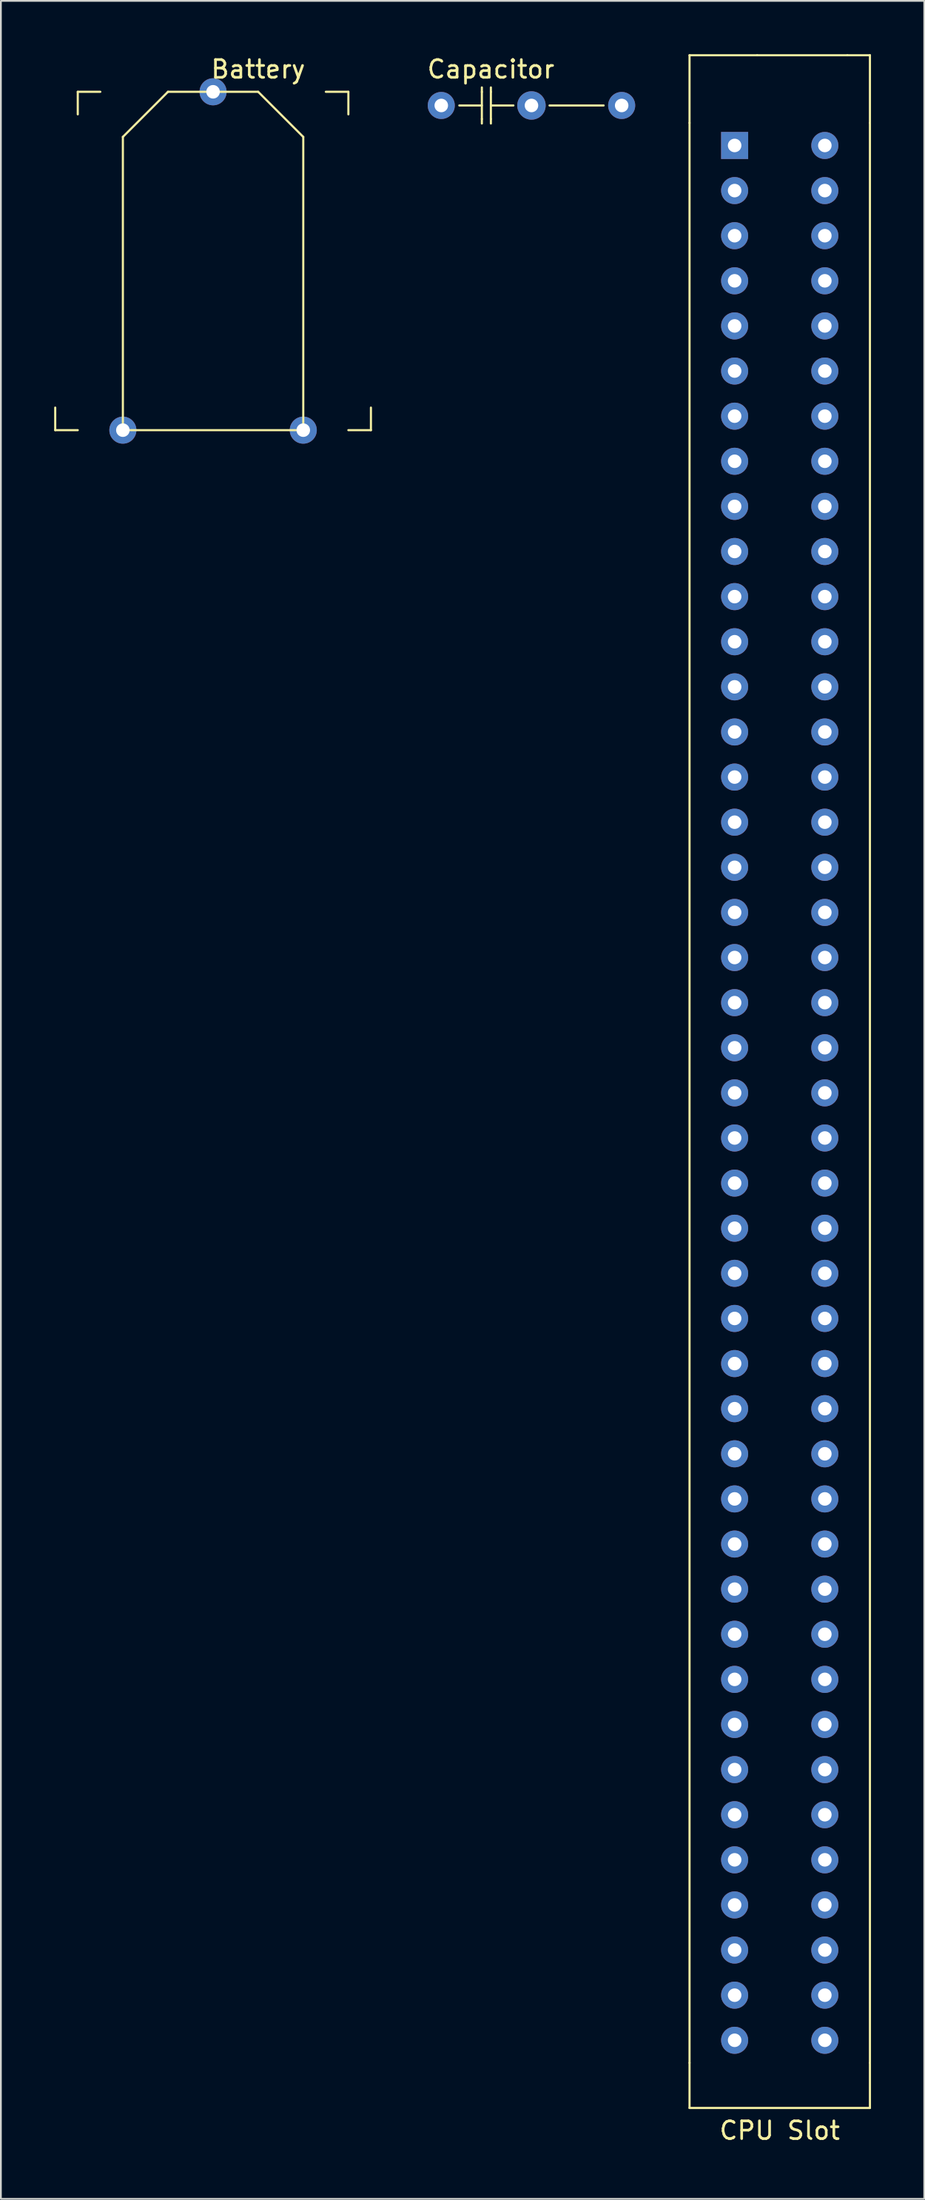
<source format=kicad_pcb>
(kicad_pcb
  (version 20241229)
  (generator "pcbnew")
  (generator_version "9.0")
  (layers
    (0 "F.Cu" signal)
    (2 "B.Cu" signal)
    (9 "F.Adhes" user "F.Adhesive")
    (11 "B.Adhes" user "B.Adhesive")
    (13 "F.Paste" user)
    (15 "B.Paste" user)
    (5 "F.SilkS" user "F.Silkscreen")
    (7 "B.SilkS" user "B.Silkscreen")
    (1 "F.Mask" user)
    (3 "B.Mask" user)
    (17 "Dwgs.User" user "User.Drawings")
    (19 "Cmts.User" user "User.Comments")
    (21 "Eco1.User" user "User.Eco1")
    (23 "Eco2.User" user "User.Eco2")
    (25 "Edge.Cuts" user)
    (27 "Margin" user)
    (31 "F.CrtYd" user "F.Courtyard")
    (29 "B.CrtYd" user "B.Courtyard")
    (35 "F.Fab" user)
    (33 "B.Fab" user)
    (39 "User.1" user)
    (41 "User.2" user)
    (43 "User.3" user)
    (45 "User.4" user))
  (footprint "Battery"
    (layer "F.Cu")
    (at 8.95 8.468)
    (property "Reference" "Battery" (at 2.54 -7.62 0) (layer "F.SilkS") (effects (font (size 1 1) (thickness 0.15))))
    (attr through_hole)
    (fp_line (start -8.89 11.43) (end -8.89 12.7) (stroke (width 0.12) (type solid)) (layer "F.SilkS"))
    (fp_line (start -8.89 12.7) (end -7.62 12.7) (stroke (width 0.12) (type solid)) (layer "F.SilkS"))
    (fp_line (start -7.62 -6.35) (end -6.35 -6.35) (stroke (width 0.12) (type solid)) (layer "F.SilkS"))
    (fp_line (start -7.62 -5.08) (end -7.62 -6.35) (stroke (width 0.12) (type solid)) (layer "F.SilkS"))
    (fp_line (start -5.08 -3.81) (end -2.54 -6.35) (stroke (width 0.12) (type solid)) (layer "F.SilkS"))
    (fp_line (start -5.08 12.7) (end -5.08 -3.81) (stroke (width 0.12) (type solid)) (layer "F.SilkS"))
    (fp_line (start -2.54 -6.35) (end 2.54 -6.35) (stroke (width 0.12) (type solid)) (layer "F.SilkS"))
    (fp_line (start 2.54 -6.35) (end 5.08 -3.81) (stroke (width 0.12) (type solid)) (layer "F.SilkS"))
    (fp_line (start 5.08 -3.81) (end 5.08 12.7) (stroke (width 0.12) (type solid)) (layer "F.SilkS"))
    (fp_line (start 5.08 12.7) (end -5.08 12.7) (stroke (width 0.12) (type solid)) (layer "F.SilkS"))
    (fp_line (start 6.35 -6.35) (end 7.62 -6.35) (stroke (width 0.12) (type solid)) (layer "F.SilkS"))
    (fp_line (start 7.62 -6.35) (end 7.62 -5.08) (stroke (width 0.12) (type solid)) (layer "F.SilkS"))
    (fp_line (start 7.62 12.7) (end 8.89 12.7) (stroke (width 0.12) (type solid)) (layer "F.SilkS"))
    (fp_line (start 8.89 12.7) (end 8.89 11.43) (stroke (width 0.12) (type solid)) (layer "F.SilkS"))
    (pad "1" thru_hole circle (at -5.08 12.7) (size 1.524 1.524) (drill 0.762) (layers "*.Cu" "*.Mask"))
    (pad "2" thru_hole circle (at 5.08 12.7) (size 1.524 1.524) (drill 0.762) (layers "*.Cu" "*.Mask"))
    (pad "3" thru_hole circle (at 0 -6.35) (size 1.524 1.524) (drill 0.762) (layers "*.Cu" "*.Mask")))
  (footprint "CPU Slot"
    (layer "F.Cu")
    (at 42.134 53.4)
    (property "Reference" "CPU Slot" (at -1.27 63.5 0) (layer "F.SilkS") (effects (font (size 1 1) (thickness 0.15))))
    (attr through_hole)
    (fp_line (start -6.35 -53.34) (end -6.35 -49.53) (stroke (width 0.12) (type solid)) (layer "F.SilkS"))
    (fp_line (start -6.35 -49.53) (end -6.35 59.69) (stroke (width 0.12) (type solid)) (layer "F.SilkS"))
    (fp_line (start -6.35 62.23) (end -6.35 59.69) (stroke (width 0.12) (type solid)) (layer "F.SilkS"))
    (fp_line (start -6.35 62.23) (end 3.81 62.23) (stroke (width 0.12) (type solid)) (layer "F.SilkS"))
    (fp_line (start -2.54 -53.34) (end -6.35 -53.34) (stroke (width 0.12) (type solid)) (layer "F.SilkS"))
    (fp_line (start 2.54 -53.34) (end -2.54 -53.34) (stroke (width 0.12) (type solid)) (layer "F.SilkS"))
    (fp_line (start 3.81 -53.34) (end 2.54 -53.34) (stroke (width 0.12) (type solid)) (layer "F.SilkS"))
    (fp_line (start 3.81 -49.53) (end 3.81 -53.34) (stroke (width 0.12) (type solid)) (layer "F.SilkS"))
    (fp_line (start 3.81 59.69) (end 3.81 -49.53) (stroke (width 0.12) (type solid)) (layer "F.SilkS"))
    (fp_line (start 3.81 62.23) (end 3.81 59.69) (stroke (width 0.12) (type solid)) (layer "F.SilkS"))
    (pad "1" thru_hole rect (at -3.81 -48.26) (size 1.524 1.524) (drill 0.762) (layers "*.Cu" "*.Mask"))
    (pad "2" thru_hole circle (at 1.27 -48.26) (size 1.524 1.524) (drill 0.762) (layers "*.Cu" "*.Mask"))
    (pad "3" thru_hole circle (at -3.81 -45.72) (size 1.524 1.524) (drill 0.762) (layers "*.Cu" "*.Mask"))
    (pad "4" thru_hole circle (at 1.27 -45.72) (size 1.524 1.524) (drill 0.762) (layers "*.Cu" "*.Mask"))
    (pad "5" thru_hole circle (at -3.81 -43.18) (size 1.524 1.524) (drill 0.762) (layers "*.Cu" "*.Mask"))
    (pad "6" thru_hole circle (at 1.27 -43.18) (size 1.524 1.524) (drill 0.762) (layers "*.Cu" "*.Mask"))
    (pad "7" thru_hole circle (at -3.81 -40.64) (size 1.524 1.524) (drill 0.762) (layers "*.Cu" "*.Mask"))
    (pad "8" thru_hole circle (at 1.27 -40.64) (size 1.524 1.524) (drill 0.762) (layers "*.Cu" "*.Mask"))
    (pad "9" thru_hole circle (at -3.81 -38.1) (size 1.524 1.524) (drill 0.762) (layers "*.Cu" "*.Mask"))
    (pad "10" thru_hole circle (at 1.27 -38.1) (size 1.524 1.524) (drill 0.762) (layers "*.Cu" "*.Mask"))
    (pad "11" thru_hole circle (at -3.81 -35.56) (size 1.524 1.524) (drill 0.762) (layers "*.Cu" "*.Mask"))
    (pad "12" thru_hole circle (at 1.27 -35.56) (size 1.524 1.524) (drill 0.762) (layers "*.Cu" "*.Mask"))
    (pad "13" thru_hole circle (at -3.81 -33.02) (size 1.524 1.524) (drill 0.762) (layers "*.Cu" "*.Mask"))
    (pad "14" thru_hole circle (at 1.27 -33.02) (size 1.524 1.524) (drill 0.762) (layers "*.Cu" "*.Mask"))
    (pad "15" thru_hole circle (at -3.81 -30.48) (size 1.524 1.524) (drill 0.762) (layers "*.Cu" "*.Mask"))
    (pad "16" thru_hole circle (at 1.27 -30.48) (size 1.524 1.524) (drill 0.762) (layers "*.Cu" "*.Mask"))
    (pad "17" thru_hole circle (at -3.81 -27.94) (size 1.524 1.524) (drill 0.762) (layers "*.Cu" "*.Mask"))
    (pad "18" thru_hole circle (at 1.27 -27.94) (size 1.524 1.524) (drill 0.762) (layers "*.Cu" "*.Mask"))
    (pad "19" thru_hole circle (at -3.81 -25.4) (size 1.524 1.524) (drill 0.762) (layers "*.Cu" "*.Mask"))
    (pad "20" thru_hole circle (at 1.27 -25.4) (size 1.524 1.524) (drill 0.762) (layers "*.Cu" "*.Mask"))
    (pad "21" thru_hole circle (at -3.81 -22.86) (size 1.524 1.524) (drill 0.762) (layers "*.Cu" "*.Mask"))
    (pad "22" thru_hole circle (at 1.27 -22.86) (size 1.524 1.524) (drill 0.762) (layers "*.Cu" "*.Mask"))
    (pad "23" thru_hole circle (at -3.81 -20.32) (size 1.524 1.524) (drill 0.762) (layers "*.Cu" "*.Mask"))
    (pad "24" thru_hole circle (at 1.27 -20.32) (size 1.524 1.524) (drill 0.762) (layers "*.Cu" "*.Mask"))
    (pad "25" thru_hole circle (at -3.81 -17.78) (size 1.524 1.524) (drill 0.762) (layers "*.Cu" "*.Mask"))
    (pad "26" thru_hole circle (at 1.27 -17.78) (size 1.524 1.524) (drill 0.762) (layers "*.Cu" "*.Mask"))
    (pad "27" thru_hole circle (at -3.81 -15.24) (size 1.524 1.524) (drill 0.762) (layers "*.Cu" "*.Mask"))
    (pad "28" thru_hole circle (at 1.27 -15.24) (size 1.524 1.524) (drill 0.762) (layers "*.Cu" "*.Mask"))
    (pad "29" thru_hole circle (at -3.81 -12.7) (size 1.524 1.524) (drill 0.762) (layers "*.Cu" "*.Mask"))
    (pad "30" thru_hole circle (at 1.27 -12.7) (size 1.524 1.524) (drill 0.762) (layers "*.Cu" "*.Mask"))
    (pad "31" thru_hole circle (at -3.81 -10.16) (size 1.524 1.524) (drill 0.762) (layers "*.Cu" "*.Mask"))
    (pad "32" thru_hole circle (at 1.27 -10.16) (size 1.524 1.524) (drill 0.762) (layers "*.Cu" "*.Mask"))
    (pad "33" thru_hole circle (at -3.81 -7.62) (size 1.524 1.524) (drill 0.762) (layers "*.Cu" "*.Mask"))
    (pad "34" thru_hole circle (at 1.27 -7.62) (size 1.524 1.524) (drill 0.762) (layers "*.Cu" "*.Mask"))
    (pad "35" thru_hole circle (at -3.81 -5.08) (size 1.524 1.524) (drill 0.762) (layers "*.Cu" "*.Mask"))
    (pad "36" thru_hole circle (at 1.27 -5.08) (size 1.524 1.524) (drill 0.762) (layers "*.Cu" "*.Mask"))
    (pad "37" thru_hole circle (at -3.81 -2.54) (size 1.524 1.524) (drill 0.762) (layers "*.Cu" "*.Mask"))
    (pad "38" thru_hole circle (at 1.27 -2.54) (size 1.524 1.524) (drill 0.762) (layers "*.Cu" "*.Mask"))
    (pad "39" thru_hole circle (at -3.81 0) (size 1.524 1.524) (drill 0.762) (layers "*.Cu" "*.Mask"))
    (pad "40" thru_hole circle (at 1.27 0) (size 1.524 1.524) (drill 0.762) (layers "*.Cu" "*.Mask"))
    (pad "41" thru_hole circle (at -3.81 2.54) (size 1.524 1.524) (drill 0.762) (layers "*.Cu" "*.Mask"))
    (pad "42" thru_hole circle (at 1.27 2.54) (size 1.524 1.524) (drill 0.762) (layers "*.Cu" "*.Mask"))
    (pad "43" thru_hole circle (at -3.81 5.08) (size 1.524 1.524) (drill 0.762) (layers "*.Cu" "*.Mask"))
    (pad "44" thru_hole circle (at 1.27 5.08) (size 1.524 1.524) (drill 0.762) (layers "*.Cu" "*.Mask"))
    (pad "45" thru_hole circle (at -3.81 7.62) (size 1.524 1.524) (drill 0.762) (layers "*.Cu" "*.Mask"))
    (pad "46" thru_hole circle (at 1.27 7.62) (size 1.524 1.524) (drill 0.762) (layers "*.Cu" "*.Mask"))
    (pad "47" thru_hole circle (at -3.81 10.16) (size 1.524 1.524) (drill 0.762) (layers "*.Cu" "*.Mask"))
    (pad "48" thru_hole circle (at 1.27 10.16) (size 1.524 1.524) (drill 0.762) (layers "*.Cu" "*.Mask"))
    (pad "49" thru_hole circle (at -3.81 12.7) (size 1.524 1.524) (drill 0.762) (layers "*.Cu" "*.Mask"))
    (pad "50" thru_hole circle (at 1.27 12.7) (size 1.524 1.524) (drill 0.762) (layers "*.Cu" "*.Mask"))
    (pad "51" thru_hole circle (at -3.81 15.24) (size 1.524 1.524) (drill 0.762) (layers "*.Cu" "*.Mask"))
    (pad "52" thru_hole circle (at 1.27 15.24) (size 1.524 1.524) (drill 0.762) (layers "*.Cu" "*.Mask"))
    (pad "53" thru_hole circle (at -3.81 17.78) (size 1.524 1.524) (drill 0.762) (layers "*.Cu" "*.Mask"))
    (pad "54" thru_hole circle (at 1.27 17.78) (size 1.524 1.524) (drill 0.762) (layers "*.Cu" "*.Mask"))
    (pad "55" thru_hole circle (at -3.81 20.32) (size 1.524 1.524) (drill 0.762) (layers "*.Cu" "*.Mask"))
    (pad "56" thru_hole circle (at 1.27 20.32) (size 1.524 1.524) (drill 0.762) (layers "*.Cu" "*.Mask"))
    (pad "57" thru_hole circle (at -3.81 22.86) (size 1.524 1.524) (drill 0.762) (layers "*.Cu" "*.Mask"))
    (pad "58" thru_hole circle (at 1.27 22.86) (size 1.524 1.524) (drill 0.762) (layers "*.Cu" "*.Mask"))
    (pad "59" thru_hole circle (at -3.81 25.4) (size 1.524 1.524) (drill 0.762) (layers "*.Cu" "*.Mask"))
    (pad "60" thru_hole circle (at 1.27 25.4) (size 1.524 1.524) (drill 0.762) (layers "*.Cu" "*.Mask"))
    (pad "61" thru_hole circle (at -3.81 27.94) (size 1.524 1.524) (drill 0.762) (layers "*.Cu" "*.Mask"))
    (pad "62" thru_hole circle (at 1.27 27.94) (size 1.524 1.524) (drill 0.762) (layers "*.Cu" "*.Mask"))
    (pad "63" thru_hole circle (at -3.81 30.48) (size 1.524 1.524) (drill 0.762) (layers "*.Cu" "*.Mask"))
    (pad "64" thru_hole circle (at 1.27 30.48) (size 1.524 1.524) (drill 0.762) (layers "*.Cu" "*.Mask"))
    (pad "65" thru_hole circle (at -3.81 33.02) (size 1.524 1.524) (drill 0.762) (layers "*.Cu" "*.Mask"))
    (pad "66" thru_hole circle (at 1.27 33.02) (size 1.524 1.524) (drill 0.762) (layers "*.Cu" "*.Mask"))
    (pad "67" thru_hole circle (at -3.81 35.56) (size 1.524 1.524) (drill 0.762) (layers "*.Cu" "*.Mask"))
    (pad "68" thru_hole circle (at 1.27 35.56) (size 1.524 1.524) (drill 0.762) (layers "*.Cu" "*.Mask"))
    (pad "69" thru_hole circle (at -3.81 38.1) (size 1.524 1.524) (drill 0.762) (layers "*.Cu" "*.Mask"))
    (pad "70" thru_hole circle (at 1.27 38.1) (size 1.524 1.524) (drill 0.762) (layers "*.Cu" "*.Mask"))
    (pad "71" thru_hole circle (at -3.81 40.64) (size 1.524 1.524) (drill 0.762) (layers "*.Cu" "*.Mask"))
    (pad "72" thru_hole circle (at 1.27 40.64) (size 1.524 1.524) (drill 0.762) (layers "*.Cu" "*.Mask"))
    (pad "73" thru_hole circle (at -3.81 43.18) (size 1.524 1.524) (drill 0.762) (layers "*.Cu" "*.Mask"))
    (pad "74" thru_hole circle (at 1.27 43.18) (size 1.524 1.524) (drill 0.762) (layers "*.Cu" "*.Mask"))
    (pad "75" thru_hole circle (at -3.81 45.72) (size 1.524 1.524) (drill 0.762) (layers "*.Cu" "*.Mask"))
    (pad "76" thru_hole circle (at 1.27 45.72) (size 1.524 1.524) (drill 0.762) (layers "*.Cu" "*.Mask"))
    (pad "77" thru_hole circle (at -3.81 48.26) (size 1.524 1.524) (drill 0.762) (layers "*.Cu" "*.Mask"))
    (pad "78" thru_hole circle (at 1.27 48.26) (size 1.524 1.524) (drill 0.762) (layers "*.Cu" "*.Mask"))
    (pad "79" thru_hole circle (at -3.81 50.8) (size 1.524 1.524) (drill 0.762) (layers "*.Cu" "*.Mask"))
    (pad "80" thru_hole circle (at 1.27 50.8) (size 1.524 1.524) (drill 0.762) (layers "*.Cu" "*.Mask"))
    (pad "81" thru_hole circle (at -3.81 53.34) (size 1.524 1.524) (drill 0.762) (layers "*.Cu" "*.Mask"))
    (pad "82" thru_hole circle (at 1.27 53.34) (size 1.524 1.524) (drill 0.762) (layers "*.Cu" "*.Mask"))
    (pad "83" thru_hole circle (at -3.81 55.88) (size 1.524 1.524) (drill 0.762) (layers "*.Cu" "*.Mask"))
    (pad "84" thru_hole circle (at 1.27 55.88) (size 1.524 1.524) (drill 0.762) (layers "*.Cu" "*.Mask"))
    (pad "85" thru_hole circle (at -3.81 58.42) (size 1.524 1.524) (drill 0.762) (layers "*.Cu" "*.Mask"))
    (pad "86" thru_hole circle (at 1.27 58.42) (size 1.524 1.524) (drill 0.762) (layers "*.Cu" "*.Mask")))
  (footprint "Capacitor"
    (layer "F.Cu")
    (at 29.422 0.348)
    (property "Reference" "Capacitor" (at -4.826 0.5 0) (layer "F.SilkS") (effects (font (size 1 1) (thickness 0.15))))
    (attr through_hole)
    (fp_line (start -5.334 1.778) (end -5.334 1.524) (stroke (width 0.12) (type solid)) (layer "F.SilkS"))
    (fp_line (start -5.334 1.778) (end -5.334 3.302) (stroke (width 0.12) (type solid)) (layer "F.SilkS"))
    (fp_line (start -5.334 2.54) (end -6.604 2.54) (stroke (width 0.12) (type solid)) (layer "F.SilkS"))
    (fp_line (start -5.334 3.302) (end -5.334 3.556) (stroke (width 0.12) (type solid)) (layer "F.SilkS"))
    (fp_line (start -4.826 1.778) (end -4.826 1.524) (stroke (width 0.12) (type solid)) (layer "F.SilkS"))
    (fp_line (start -4.826 1.778) (end -4.826 3.302) (stroke (width 0.12) (type solid)) (layer "F.SilkS"))
    (fp_line (start -4.826 3.302) (end -4.826 3.556) (stroke (width 0.12) (type solid)) (layer "F.SilkS"))
    (fp_line (start -3.556 2.54) (end -4.826 2.54) (stroke (width 0.12) (type solid)) (layer "F.SilkS"))
    (fp_line (start -1.524 2.54) (end 1.524 2.54) (stroke (width 0.12) (type solid)) (layer "F.SilkS"))
    (pad "1" thru_hole circle (at -2.54 2.54) (size 1.6 1.6) (drill 0.762) (layers "*.Cu" "*.Mask"))
    (pad "1" thru_hole circle (at 2.54 2.54) (size 1.524 1.524) (drill 0.762) (layers "*.Cu" "*.Mask"))
    (pad "2" thru_hole circle (at -7.62 2.54) (size 1.524 1.524) (drill 0.762) (layers "*.Cu" "*.Mask")))
  (gr_rect
    (start -3 -3)
    (end 49.004 120.748)
    (stroke (width 0.1) (type default))
    (fill no)
    (layer "Edge.Cuts")))
</source>
